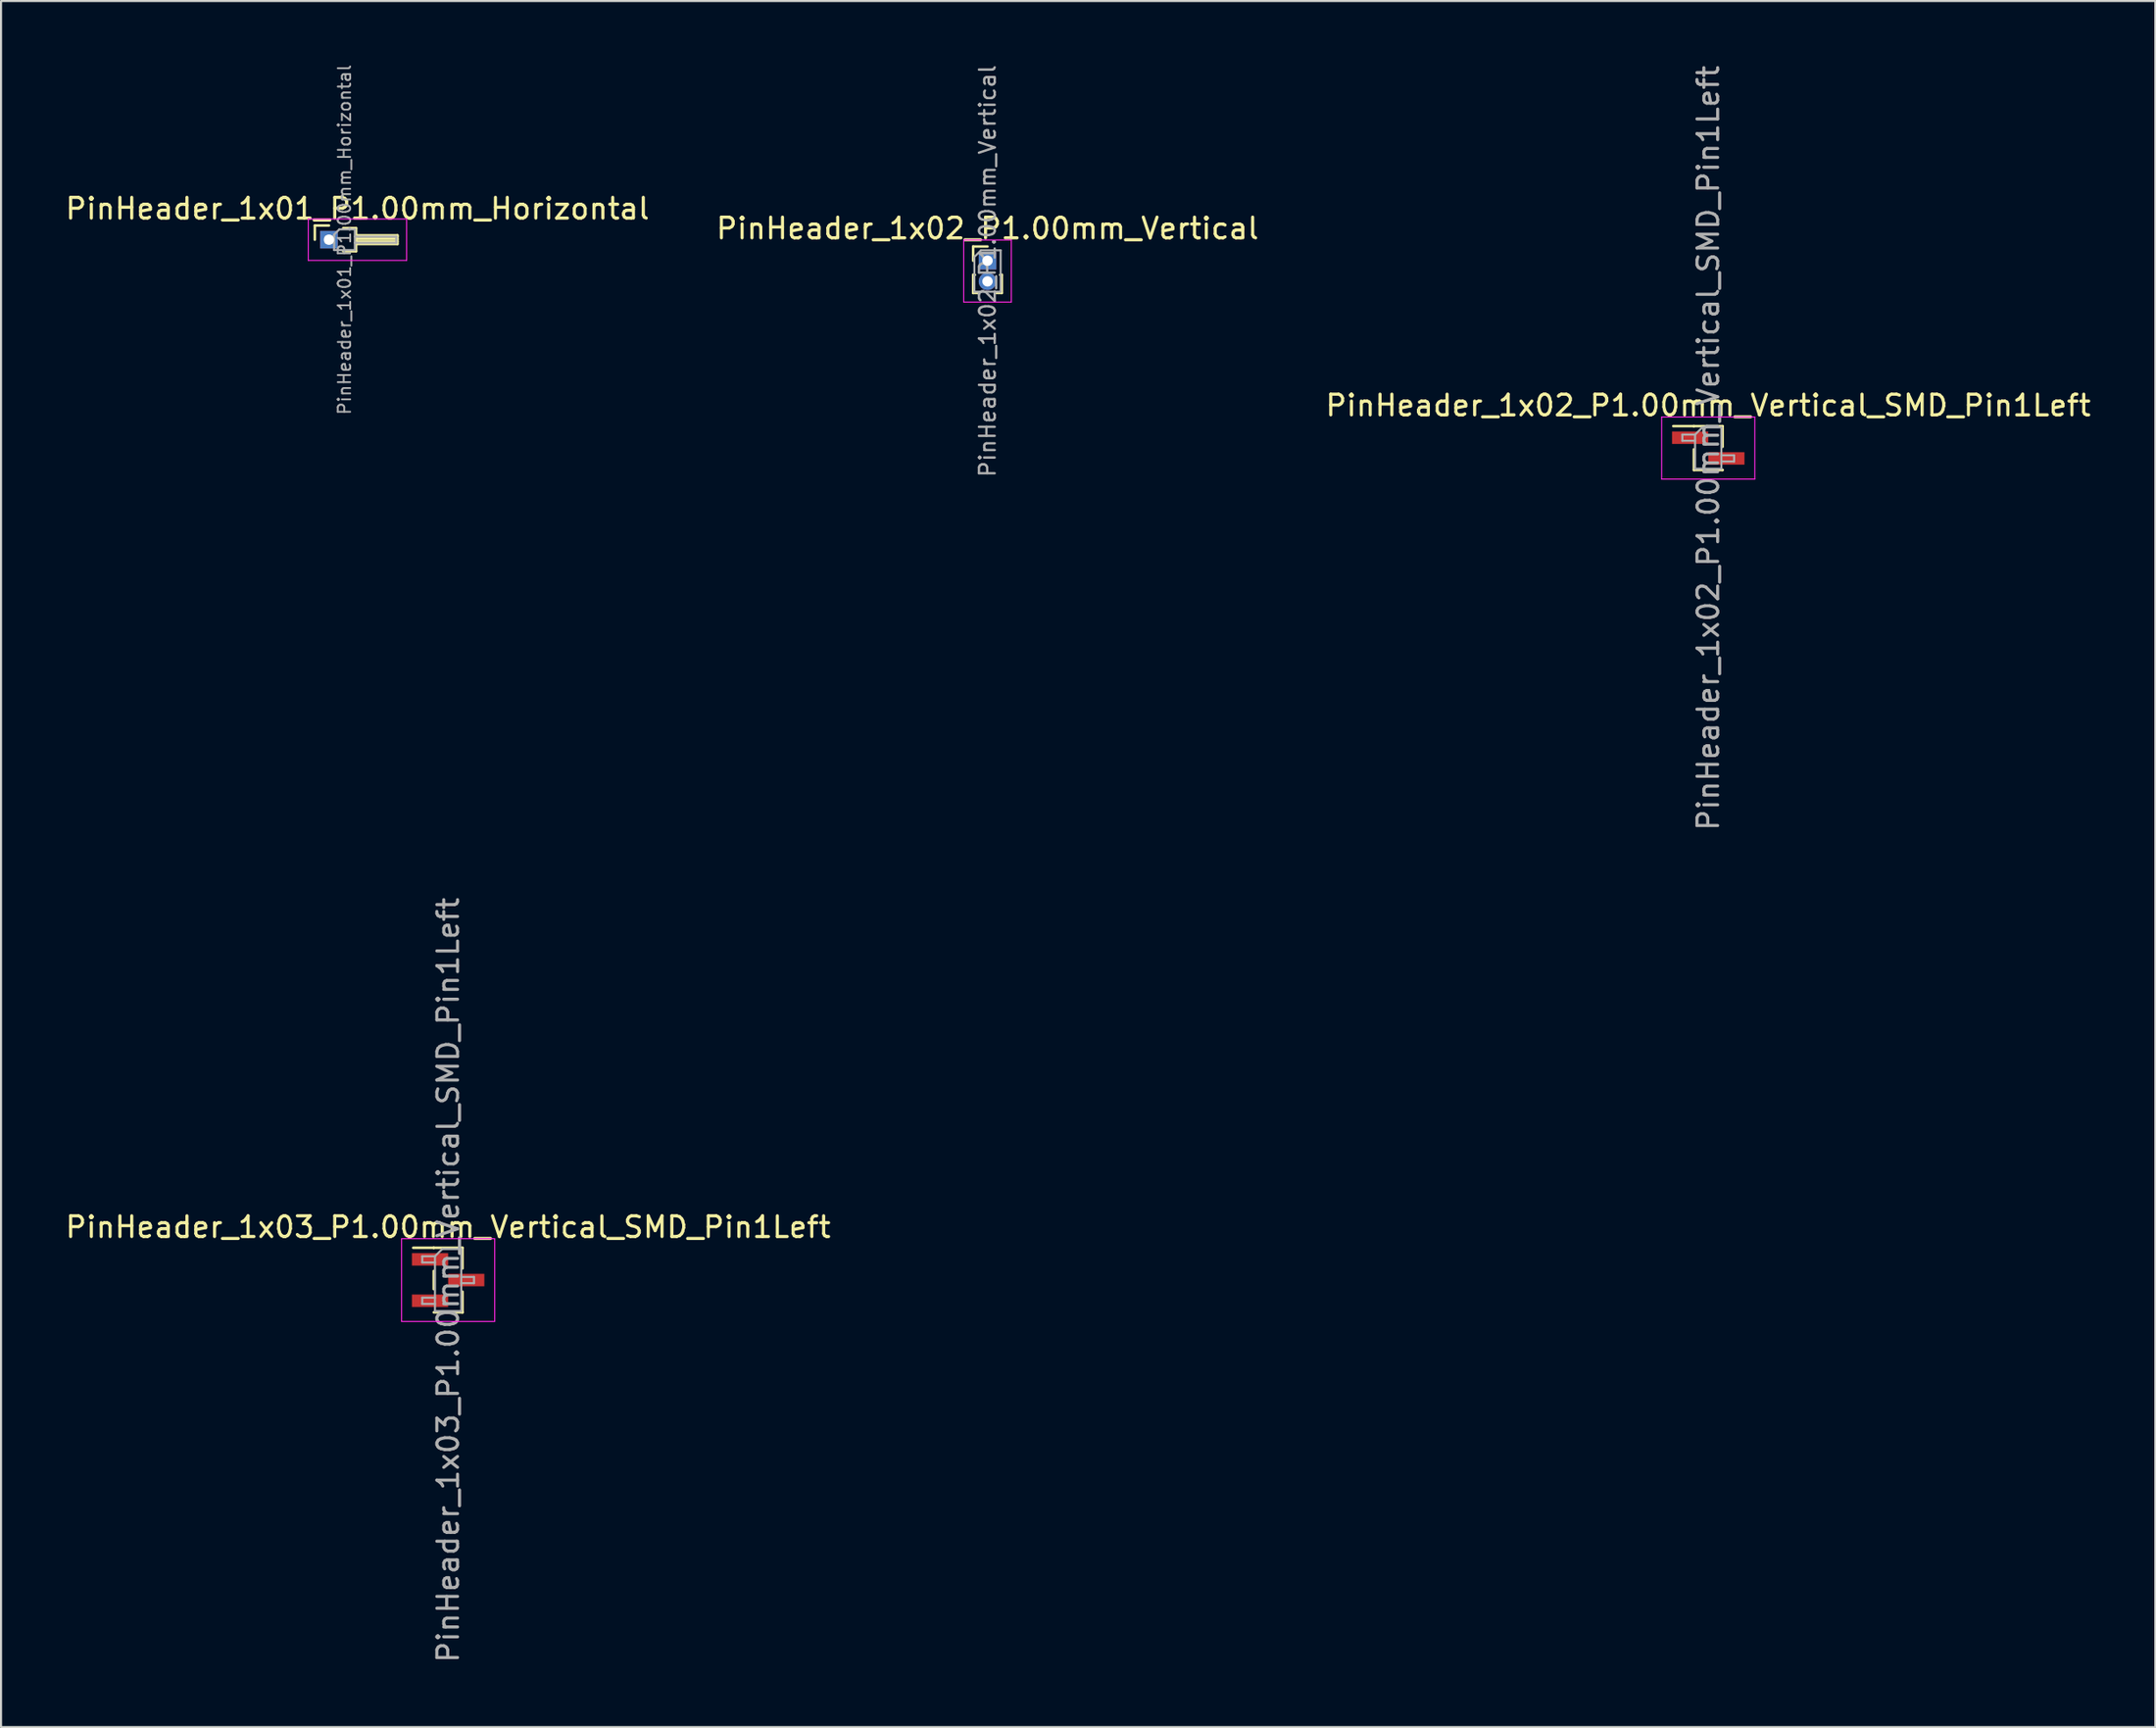
<source format=kicad_pcb>
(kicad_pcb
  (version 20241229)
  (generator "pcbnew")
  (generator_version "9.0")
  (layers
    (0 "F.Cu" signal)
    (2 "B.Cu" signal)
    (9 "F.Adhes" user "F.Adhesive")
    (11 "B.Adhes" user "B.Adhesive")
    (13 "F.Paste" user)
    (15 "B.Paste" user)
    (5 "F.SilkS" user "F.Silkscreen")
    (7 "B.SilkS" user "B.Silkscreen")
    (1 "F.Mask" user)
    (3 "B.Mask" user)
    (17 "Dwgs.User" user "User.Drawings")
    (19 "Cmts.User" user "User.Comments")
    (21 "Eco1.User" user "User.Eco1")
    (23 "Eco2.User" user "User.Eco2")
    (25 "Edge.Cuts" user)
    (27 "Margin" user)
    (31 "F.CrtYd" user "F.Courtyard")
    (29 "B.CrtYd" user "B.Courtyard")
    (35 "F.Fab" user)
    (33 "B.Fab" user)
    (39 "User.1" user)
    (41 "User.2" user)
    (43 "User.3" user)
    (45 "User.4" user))
  (footprint "PinHeader_1x01_P1.00mm_Horizontal"
    (layer "F.Cu")
    (at 12.845 8.532)
    (property "Reference" "PinHeader_1x01_P1.00mm_Horizontal" (at 1.375 -1.5 0) (layer "F.SilkS") (effects (font (size 1 1) (thickness 0.15))))
    (attr through_hole)
    (fp_line (start -0.685 -0.685) (end 0 -0.685) (stroke (width 0.12) (type solid)) (layer "F.SilkS"))
    (fp_line (start -0.685 0) (end -0.685 -0.685) (stroke (width 0.12) (type solid)) (layer "F.SilkS"))
    (fp_line (start 0.685 -0.56) (end 1.31 -0.56) (stroke (width 0.12) (type solid)) (layer "F.SilkS"))
    (fp_line (start 1.31 -0.56) (end 1.31 0.56) (stroke (width 0.12) (type solid)) (layer "F.SilkS"))
    (fp_line (start 1.31 -0.21) (end 3.31 -0.21) (stroke (width 0.12) (type solid)) (layer "F.SilkS"))
    (fp_line (start 1.31 -0.15) (end 3.31 -0.15) (stroke (width 0.12) (type solid)) (layer "F.SilkS"))
    (fp_line (start 1.31 -0.03) (end 3.31 -0.03) (stroke (width 0.12) (type solid)) (layer "F.SilkS"))
    (fp_line (start 1.31 0.09) (end 3.31 0.09) (stroke (width 0.12) (type solid)) (layer "F.SilkS"))
    (fp_line (start 1.31 0.56) (end 0.685 0.56) (stroke (width 0.12) (type solid)) (layer "F.SilkS"))
    (fp_line (start 3.31 -0.21) (end 3.31 0.21) (stroke (width 0.12) (type solid)) (layer "F.SilkS"))
    (fp_line (start 3.31 0.21) (end 1.31 0.21) (stroke (width 0.12) (type solid)) (layer "F.SilkS"))
    (fp_line (start -1 -1) (end -1 1) (stroke (width 0.05) (type solid)) (layer "F.CrtYd"))
    (fp_line (start -1 1) (end 3.75 1) (stroke (width 0.05) (type solid)) (layer "F.CrtYd"))
    (fp_line (start 3.75 -1) (end -1 -1) (stroke (width 0.05) (type solid)) (layer "F.CrtYd"))
    (fp_line (start 3.75 1) (end 3.75 -1) (stroke (width 0.05) (type solid)) (layer "F.CrtYd"))
    (fp_line (start -0.15 -0.15) (end -0.15 0.15) (stroke (width 0.1) (type solid)) (layer "F.Fab"))
    (fp_line (start -0.15 -0.15) (end 0.25 -0.15) (stroke (width 0.1) (type solid)) (layer "F.Fab"))
    (fp_line (start -0.15 0.15) (end 0.25 0.15) (stroke (width 0.1) (type solid)) (layer "F.Fab"))
    (fp_line (start 0.25 -0.25) (end 0.5 -0.5) (stroke (width 0.1) (type solid)) (layer "F.Fab"))
    (fp_line (start 0.25 0.5) (end 0.25 -0.25) (stroke (width 0.1) (type solid)) (layer "F.Fab"))
    (fp_line (start 0.5 -0.5) (end 1.25 -0.5) (stroke (width 0.1) (type solid)) (layer "F.Fab"))
    (fp_line (start 1.25 -0.5) (end 1.25 0.5) (stroke (width 0.1) (type solid)) (layer "F.Fab"))
    (fp_line (start 1.25 -0.15) (end 3.25 -0.15) (stroke (width 0.1) (type solid)) (layer "F.Fab"))
    (fp_line (start 1.25 0.15) (end 3.25 0.15) (stroke (width 0.1) (type solid)) (layer "F.Fab"))
    (fp_line (start 1.25 0.5) (end 0.25 0.5) (stroke (width 0.1) (type solid)) (layer "F.Fab"))
    (fp_line (start 3.25 -0.15) (end 3.25 0.15) (stroke (width 0.1) (type solid)) (layer "F.Fab"))
    (fp_text user "${REFERENCE}" (at 0.75 0 90) (layer "F.Fab") (effects (font (size 0.6 0.6) (thickness 0.09))))
    (pad "1" thru_hole rect (at 0 0) (size 0.85 0.85) (drill 0.5) (layers "*.Cu" "*.Mask")))
  (footprint "PinHeader_1x02_P1.00mm_Vertical"
    (layer "F.Cu")
    (at 44.661 9.547)
    (property "Reference" "PinHeader_1x02_P1.00mm_Vertical" (at 0 -1.56 0) (layer "F.SilkS") (effects (font (size 1 1) (thickness 0.15))))
    (attr through_hole)
    (fp_line (start -0.695 -0.685) (end 0 -0.685) (stroke (width 0.12) (type solid)) (layer "F.SilkS"))
    (fp_line (start -0.695 0) (end -0.695 -0.685) (stroke (width 0.12) (type solid)) (layer "F.SilkS"))
    (fp_line (start -0.695 0.685) (end -0.695 1.56) (stroke (width 0.12) (type solid)) (layer "F.SilkS"))
    (fp_line (start -0.695 0.685) (end -0.608 0.685) (stroke (width 0.12) (type solid)) (layer "F.SilkS"))
    (fp_line (start -0.695 1.56) (end -0.394 1.56) (stroke (width 0.12) (type solid)) (layer "F.SilkS"))
    (fp_line (start 0.394 1.56) (end 0.695 1.56) (stroke (width 0.12) (type solid)) (layer "F.SilkS"))
    (fp_line (start 0.608 0.685) (end 0.695 0.685) (stroke (width 0.12) (type solid)) (layer "F.SilkS"))
    (fp_line (start 0.695 0.685) (end 0.695 1.56) (stroke (width 0.12) (type solid)) (layer "F.SilkS"))
    (fp_line (start -1.15 -1) (end -1.15 2) (stroke (width 0.05) (type solid)) (layer "F.CrtYd"))
    (fp_line (start -1.15 2) (end 1.15 2) (stroke (width 0.05) (type solid)) (layer "F.CrtYd"))
    (fp_line (start 1.15 -1) (end -1.15 -1) (stroke (width 0.05) (type solid)) (layer "F.CrtYd"))
    (fp_line (start 1.15 2) (end 1.15 -1) (stroke (width 0.05) (type solid)) (layer "F.CrtYd"))
    (fp_line (start -0.635 -0.182) (end -0.318 -0.5) (stroke (width 0.1) (type solid)) (layer "F.Fab"))
    (fp_line (start -0.635 1.5) (end -0.635 -0.182) (stroke (width 0.1) (type solid)) (layer "F.Fab"))
    (fp_line (start -0.318 -0.5) (end 0.635 -0.5) (stroke (width 0.1) (type solid)) (layer "F.Fab"))
    (fp_line (start 0.635 -0.5) (end 0.635 1.5) (stroke (width 0.1) (type solid)) (layer "F.Fab"))
    (fp_line (start 0.635 1.5) (end -0.635 1.5) (stroke (width 0.1) (type solid)) (layer "F.Fab"))
    (fp_text user "${REFERENCE}" (at 0 0.5 90) (layer "F.Fab") (effects (font (size 0.76 0.76) (thickness 0.114))))
    (pad "1" thru_hole rect (at 0 0) (size 0.85 0.85) (drill 0.5) (layers "*.Cu" "*.Mask"))
    (pad "2" thru_hole oval (at 0 1) (size 0.85 0.85) (drill 0.5) (layers "*.Cu" "*.Mask")))
  (footprint "PinHeader_1x03_P1.00mm_Vertical_SMD_Pin1Left"
    (layer "F.Cu")
    (at 18.601 58.804)
    (property "Reference" "PinHeader_1x03_P1.00mm_Vertical_SMD_Pin1Left" (at 0 -2.56 0) (layer "F.SilkS") (effects (font (size 1 1) (thickness 0.15))))
    (attr smd)
    (fp_line (start -0.695 -1.56) (end -1.69 -1.56) (stroke (width 0.12) (type solid)) (layer "F.SilkS"))
    (fp_line (start -0.695 -1.56) (end -0.695 -1.56) (stroke (width 0.12) (type solid)) (layer "F.SilkS"))
    (fp_line (start -0.695 -1.56) (end 0.695 -1.56) (stroke (width 0.12) (type solid)) (layer "F.SilkS"))
    (fp_line (start -0.695 -0.44) (end -0.695 0.44) (stroke (width 0.12) (type solid)) (layer "F.SilkS"))
    (fp_line (start -0.695 1.56) (end 0.695 1.56) (stroke (width 0.12) (type solid)) (layer "F.SilkS"))
    (fp_line (start 0.695 -1.56) (end 0.695 -0.56) (stroke (width 0.12) (type solid)) (layer "F.SilkS"))
    (fp_line (start 0.695 0.56) (end 0.695 1.56) (stroke (width 0.12) (type solid)) (layer "F.SilkS"))
    (fp_line (start 0.695 1.56) (end 0.695 1.56) (stroke (width 0.12) (type solid)) (layer "F.SilkS"))
    (fp_line (start -2.25 -2) (end -2.25 2) (stroke (width 0.05) (type solid)) (layer "F.CrtYd"))
    (fp_line (start -2.25 2) (end 2.25 2) (stroke (width 0.05) (type solid)) (layer "F.CrtYd"))
    (fp_line (start 2.25 -2) (end -2.25 -2) (stroke (width 0.05) (type solid)) (layer "F.CrtYd"))
    (fp_line (start 2.25 2) (end 2.25 -2) (stroke (width 0.05) (type solid)) (layer "F.CrtYd"))
    (fp_line (start -1.25 -1.15) (end -1.25 -0.85) (stroke (width 0.1) (type solid)) (layer "F.Fab"))
    (fp_line (start -1.25 -0.85) (end -0.635 -0.85) (stroke (width 0.1) (type solid)) (layer "F.Fab"))
    (fp_line (start -1.25 0.85) (end -1.25 1.15) (stroke (width 0.1) (type solid)) (layer "F.Fab"))
    (fp_line (start -1.25 1.15) (end -0.635 1.15) (stroke (width 0.1) (type solid)) (layer "F.Fab"))
    (fp_line (start -0.635 -1.15) (end -1.25 -1.15) (stroke (width 0.1) (type solid)) (layer "F.Fab"))
    (fp_line (start -0.635 -1.15) (end -0.285 -1.5) (stroke (width 0.1) (type solid)) (layer "F.Fab"))
    (fp_line (start -0.635 0.85) (end -1.25 0.85) (stroke (width 0.1) (type solid)) (layer "F.Fab"))
    (fp_line (start -0.635 1.5) (end -0.635 -1.15) (stroke (width 0.1) (type solid)) (layer "F.Fab"))
    (fp_line (start -0.285 -1.5) (end 0.635 -1.5) (stroke (width 0.1) (type solid)) (layer "F.Fab"))
    (fp_line (start 0.635 -1.5) (end 0.635 1.5) (stroke (width 0.1) (type solid)) (layer "F.Fab"))
    (fp_line (start 0.635 -0.15) (end 1.25 -0.15) (stroke (width 0.1) (type solid)) (layer "F.Fab"))
    (fp_line (start 0.635 1.5) (end -0.635 1.5) (stroke (width 0.1) (type solid)) (layer "F.Fab"))
    (fp_line (start 1.25 -0.15) (end 1.25 0.15) (stroke (width 0.1) (type solid)) (layer "F.Fab"))
    (fp_line (start 1.25 0.15) (end 0.635 0.15) (stroke (width 0.1) (type solid)) (layer "F.Fab"))
    (fp_text user "${REFERENCE}" (at 0 0 90) (layer "F.Fab") (effects (font (size 1 1) (thickness 0.15))))
    (pad "1" smd rect (at -0.875 -1) (size 1.75 0.6) (layers "F.Cu" "F.Mask" "F.Paste"))
    (pad "2" smd rect (at 0.875 0) (size 1.75 0.6) (layers "F.Cu" "F.Mask" "F.Paste"))
    (pad "3" smd rect (at -0.875 1) (size 1.75 0.6) (layers "F.Cu" "F.Mask" "F.Paste")))
  (footprint "PinHeader_1x02_P1.00mm_Vertical_SMD_Pin1Left"
    (layer "F.Cu")
    (at 79.482 18.601)
    (property "Reference" "PinHeader_1x02_P1.00mm_Vertical_SMD_Pin1Left" (at 0 -2.06 0) (layer "F.SilkS") (effects (font (size 1 1) (thickness 0.15))))
    (attr smd)
    (fp_line (start -0.695 -1.06) (end -1.69 -1.06) (stroke (width 0.12) (type solid)) (layer "F.SilkS"))
    (fp_line (start -0.695 -1.06) (end -0.695 -1.06) (stroke (width 0.12) (type solid)) (layer "F.SilkS"))
    (fp_line (start -0.695 -1.06) (end 0.695 -1.06) (stroke (width 0.12) (type solid)) (layer "F.SilkS"))
    (fp_line (start -0.695 0.06) (end -0.695 1.06) (stroke (width 0.12) (type solid)) (layer "F.SilkS"))
    (fp_line (start -0.695 1.06) (end 0.695 1.06) (stroke (width 0.12) (type solid)) (layer "F.SilkS"))
    (fp_line (start 0.695 -1.06) (end 0.695 -0.06) (stroke (width 0.12) (type solid)) (layer "F.SilkS"))
    (fp_line (start 0.695 1.06) (end 0.695 1.06) (stroke (width 0.12) (type solid)) (layer "F.SilkS"))
    (fp_line (start -2.25 -1.5) (end -2.25 1.5) (stroke (width 0.05) (type solid)) (layer "F.CrtYd"))
    (fp_line (start -2.25 1.5) (end 2.25 1.5) (stroke (width 0.05) (type solid)) (layer "F.CrtYd"))
    (fp_line (start 2.25 -1.5) (end -2.25 -1.5) (stroke (width 0.05) (type solid)) (layer "F.CrtYd"))
    (fp_line (start 2.25 1.5) (end 2.25 -1.5) (stroke (width 0.05) (type solid)) (layer "F.CrtYd"))
    (fp_line (start -1.25 -0.65) (end -1.25 -0.35) (stroke (width 0.1) (type solid)) (layer "F.Fab"))
    (fp_line (start -1.25 -0.35) (end -0.635 -0.35) (stroke (width 0.1) (type solid)) (layer "F.Fab"))
    (fp_line (start -0.635 -0.65) (end -1.25 -0.65) (stroke (width 0.1) (type solid)) (layer "F.Fab"))
    (fp_line (start -0.635 -0.65) (end -0.285 -1) (stroke (width 0.1) (type solid)) (layer "F.Fab"))
    (fp_line (start -0.635 1) (end -0.635 -0.65) (stroke (width 0.1) (type solid)) (layer "F.Fab"))
    (fp_line (start -0.285 -1) (end 0.635 -1) (stroke (width 0.1) (type solid)) (layer "F.Fab"))
    (fp_line (start 0.635 -1) (end 0.635 1) (stroke (width 0.1) (type solid)) (layer "F.Fab"))
    (fp_line (start 0.635 0.35) (end 1.25 0.35) (stroke (width 0.1) (type solid)) (layer "F.Fab"))
    (fp_line (start 0.635 1) (end -0.635 1) (stroke (width 0.1) (type solid)) (layer "F.Fab"))
    (fp_line (start 1.25 0.35) (end 1.25 0.65) (stroke (width 0.1) (type solid)) (layer "F.Fab"))
    (fp_line (start 1.25 0.65) (end 0.635 0.65) (stroke (width 0.1) (type solid)) (layer "F.Fab"))
    (fp_text user "${REFERENCE}" (at 0 0 90) (layer "F.Fab") (effects (font (size 1 1) (thickness 0.15))))
    (pad "1" smd rect (at -0.875 -0.5) (size 1.75 0.6) (layers "F.Cu" "F.Mask" "F.Paste"))
    (pad "2" smd rect (at 0.875 0.5) (size 1.75 0.6) (layers "F.Cu" "F.Mask" "F.Paste")))
  (gr_rect
    (start -3 -3)
    (end 101.083 80.405)
    (stroke (width 0.1) (type default))
    (fill no)
    (layer "Edge.Cuts")))
</source>
